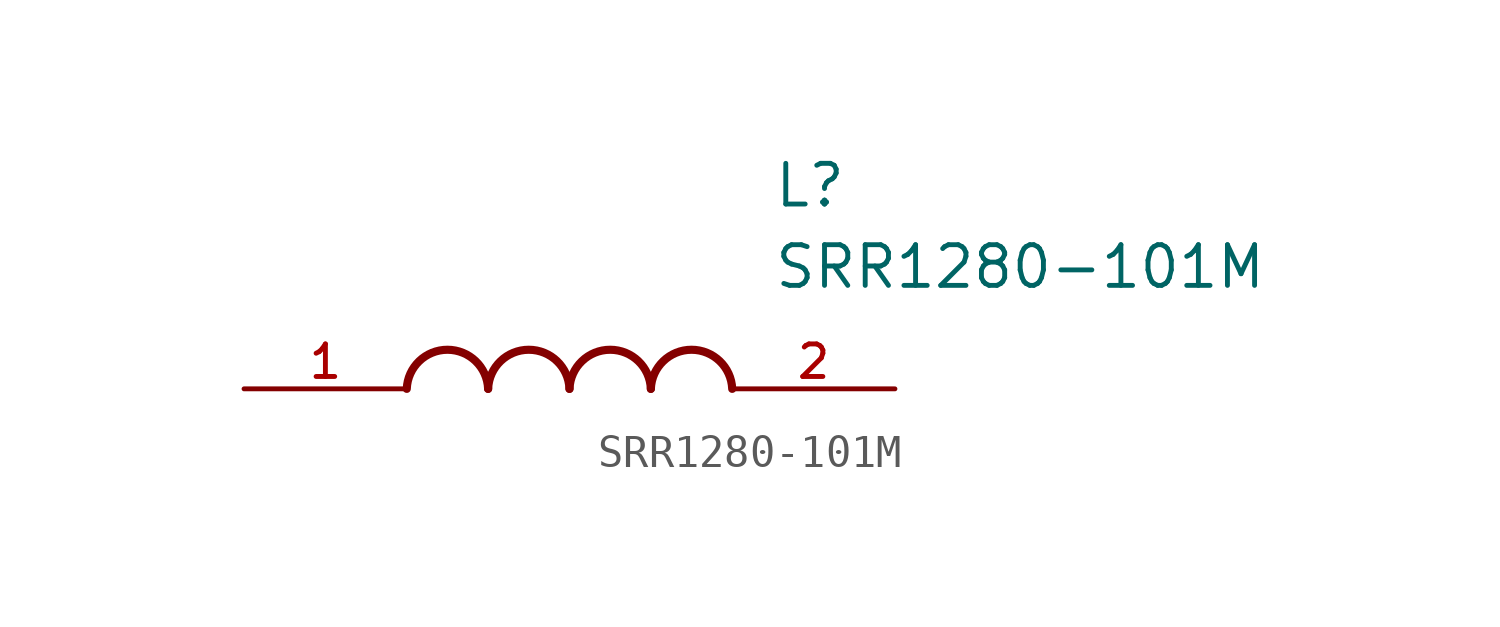
<source format=kicad_sym>
(kicad_symbol_lib
  (version 20211014)
  (generator kicad_symbol_editor)
  (symbol "SRR1280-101M"
    (pin_names
      (offset 1.016))
    (property "Reference" "L"
      (at 16.51 6.35 0)
      (effects (font (size 1.27 1.27)) (justify left)))
    (property "Value" "SRR1280-101M"
      (at 16.51 3.81 0)
      (effects (font (size 1.27 1.27)) (justify left)))
    (symbol "SRR1280-101M_0_0"
      (arc (start 7.62 0.0) (mid 6.3567 1.22) (end 5.08 0.0) (stroke (width 0.254) (type default) (color 0 0 0 0)) (fill (type none)))
      (arc (start 10.16 0.0) (mid 8.8967 1.22) (end 7.62 0.0) (stroke (width 0.254) (type default) (color 0 0 0 0)) (fill (type none)))
      (arc (start 12.7 0.0) (mid 11.4367 1.22) (end 10.16 0.0) (stroke (width 0.254) (type default) (color 0 0 0 0)) (fill (type none)))
      (arc (start 15.24 0.0) (mid 13.9767 1.22) (end 12.7 0.0) (stroke (width 0.254) (type default) (color 0 0 0 0)) (fill (type none)))
      (pin bidirectional line (at 0.0 0.0 0) (length 5.08) (name "~" (effects (font (size 1.016 1.016)))) (number "1" (effects (font (size 1.016 1.016)))))
      (pin bidirectional line (at 20.32 0.0 180.0) (length 5.08) (name "~" (effects (font (size 1.016 1.016)))) (number "2" (effects (font (size 1.016 1.016))))))))
</source>
